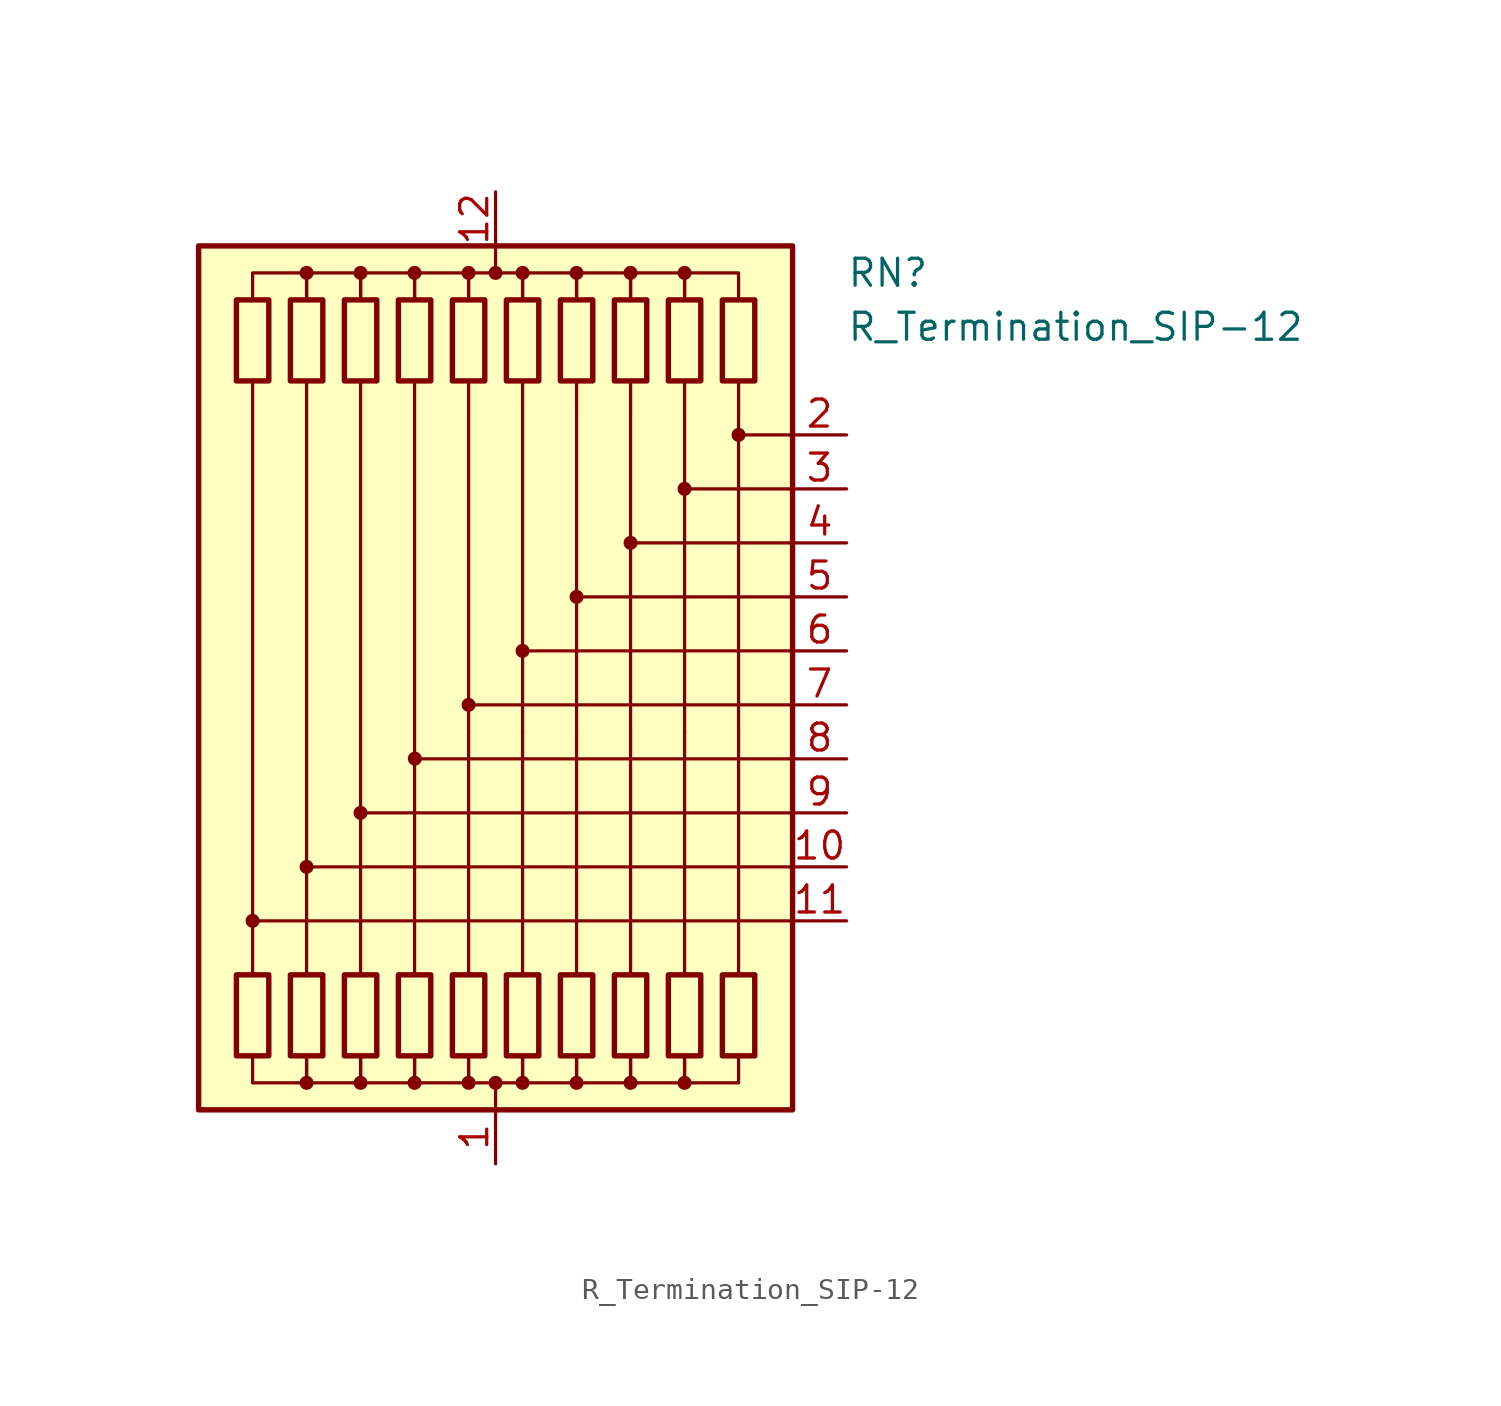
<source format=kicad_sym>
(kicad_symbol_lib
  (version 20211014)
  (generator kicad_symbol_editor)
  (symbol "R_Termination_SIP-12"
    (pin_names
      (offset 0.002) hide)
    (property "Reference" "RN"
      (at 16.51 19.05 0)
      (effects (font (size 1.27 1.27)) (justify left)))
    (property "Value" "R_Termination_SIP-12"
      (at 16.51 16.51 0)
      (effects (font (size 1.27 1.27)) (justify left)))
    (symbol "R_Termination_SIP-12_0_1"
      (rectangle (start -13.97 20.32) (end 13.97 -20.32) (stroke (width 0.254) (type default) (color 0 0 0 0)) (fill (type background)))
      (rectangle (start -12.192 17.78) (end -10.668 13.97) (stroke (width 0.254) (type default) (color 0 0 0 0)) (fill (type none)))
      (circle (center -11.43 -11.43) (radius 0.254) (stroke (width 0) (type default) (color 0 0 0 0)) (fill (type outline)))
      (rectangle (start -10.668 -17.78) (end -12.192 -13.97) (stroke (width 0.254) (type default) (color 0 0 0 0)) (fill (type none)))
      (rectangle (start -9.652 17.78) (end -8.128 13.97) (stroke (width 0.254) (type default) (color 0 0 0 0)) (fill (type none)))
      (circle (center -8.89 -19.05) (radius 0.254) (stroke (width 0) (type default) (color 0 0 0 0)) (fill (type outline)))
      (circle (center -8.89 -8.89) (radius 0.254) (stroke (width 0) (type default) (color 0 0 0 0)) (fill (type outline)))
      (circle (center -8.89 19.05) (radius 0.254) (stroke (width 0) (type default) (color 0 0 0 0)) (fill (type outline)))
      (rectangle (start -8.128 -17.78) (end -9.652 -13.97) (stroke (width 0.254) (type default) (color 0 0 0 0)) (fill (type none)))
      (rectangle (start -7.112 17.78) (end -5.588 13.97) (stroke (width 0.254) (type default) (color 0 0 0 0)) (fill (type none)))
      (circle (center -6.35 -19.05) (radius 0.254) (stroke (width 0) (type default) (color 0 0 0 0)) (fill (type outline)))
      (circle (center -6.35 -6.35) (radius 0.254) (stroke (width 0) (type default) (color 0 0 0 0)) (fill (type outline)))
      (circle (center -6.35 19.05) (radius 0.254) (stroke (width 0) (type default) (color 0 0 0 0)) (fill (type outline)))
      (rectangle (start -5.588 -17.78) (end -7.112 -13.97) (stroke (width 0.254) (type default) (color 0 0 0 0)) (fill (type none)))
      (rectangle (start -4.572 17.78) (end -3.048 13.97) (stroke (width 0.254) (type default) (color 0 0 0 0)) (fill (type none)))
      (circle (center -3.81 -19.05) (radius 0.254) (stroke (width 0) (type default) (color 0 0 0 0)) (fill (type outline)))
      (circle (center -3.81 19.05) (radius 0.254) (stroke (width 0) (type default) (color 0 0 0 0)) (fill (type outline)))
      (circle (center -3.798 -3.799) (radius 0.254) (stroke (width 0) (type default) (color 0 0 0 0)) (fill (type outline)))
      (rectangle (start -3.048 -17.78) (end -4.572 -13.97) (stroke (width 0.254) (type default) (color 0 0 0 0)) (fill (type none)))
      (rectangle (start -2.032 17.78) (end -0.508 13.97) (stroke (width 0.254) (type default) (color 0 0 0 0)) (fill (type none)))
      (circle (center -1.27 -19.05) (radius 0.254) (stroke (width 0) (type default) (color 0 0 0 0)) (fill (type outline)))
      (circle (center -1.27 -1.27) (radius 0.254) (stroke (width 0) (type default) (color 0 0 0 0)) (fill (type outline)))
      (circle (center -1.27 19.05) (radius 0.254) (stroke (width 0) (type default) (color 0 0 0 0)) (fill (type outline)))
      (rectangle (start -0.508 -17.78) (end -2.032 -13.97) (stroke (width 0.254) (type default) (color 0 0 0 0)) (fill (type none)))
      (circle (center 0 -19.05) (radius 0.254) (stroke (width 0) (type default) (color 0 0 0 0)) (fill (type outline)))
      (polyline (pts (xy -11.43 13.97) (xy -11.43 -13.97)) (stroke (width 0) (type default) (color 0 0 0 0)) (fill (type none)))
      (polyline (pts (xy -8.89 13.97) (xy -8.89 -13.97)) (stroke (width 0) (type default) (color 0 0 0 0)) (fill (type none)))
      (polyline (pts (xy -6.35 13.97) (xy -6.35 -13.97)) (stroke (width 0) (type default) (color 0 0 0 0)) (fill (type none)))
      (polyline (pts (xy -3.81 13.97) (xy -3.81 -13.97)) (stroke (width 0) (type default) (color 0 0 0 0)) (fill (type none)))
      (polyline (pts (xy -1.27 -13.97) (xy -1.27 -2.54)) (stroke (width 0) (type default) (color 0 0 0 0)) (fill (type none)))
      (polyline (pts (xy -1.27 12.7) (xy -1.27 -2.54)) (stroke (width 0.152) (type default) (color 0 0 0 0)) (fill (type none)))
      (polyline (pts (xy -1.27 13.97) (xy -1.27 12.7)) (stroke (width 0) (type default) (color 0 0 0 0)) (fill (type none)))
      (polyline (pts (xy 0 -20.32) (xy 0 -19.05)) (stroke (width 0) (type default) (color 0 0 0 0)) (fill (type none)))
      (polyline (pts (xy 0 20.32) (xy 0 19.05)) (stroke (width 0) (type default) (color 0 0 0 0)) (fill (type none)))
      (polyline (pts (xy 1.27 -13.97) (xy 1.27 -2.54)) (stroke (width 0) (type default) (color 0 0 0 0)) (fill (type none)))
      (polyline (pts (xy 1.27 12.7) (xy 1.27 -2.54)) (stroke (width 0.152) (type default) (color 0 0 0 0)) (fill (type none)))
      (polyline (pts (xy 1.27 13.97) (xy 1.27 12.7)) (stroke (width 0) (type default) (color 0 0 0 0)) (fill (type none)))
      (polyline (pts (xy 3.81 -13.97) (xy 3.81 -2.54)) (stroke (width 0) (type default) (color 0 0 0 0)) (fill (type none)))
      (polyline (pts (xy 3.81 12.7) (xy 3.81 -2.54)) (stroke (width 0.152) (type default) (color 0 0 0 0)) (fill (type none)))
      (polyline (pts (xy 3.81 13.97) (xy 3.81 12.7)) (stroke (width 0) (type default) (color 0 0 0 0)) (fill (type none)))
      (polyline (pts (xy 6.35 -13.97) (xy 6.35 -2.54)) (stroke (width 0) (type default) (color 0 0 0 0)) (fill (type none)))
      (polyline (pts (xy 6.35 12.7) (xy 6.35 -2.54)) (stroke (width 0.152) (type default) (color 0 0 0 0)) (fill (type none)))
      (polyline (pts (xy 6.35 13.97) (xy 6.35 12.7)) (stroke (width 0) (type default) (color 0 0 0 0)) (fill (type none)))
      (polyline (pts (xy 8.89 -13.97) (xy 8.89 -2.54)) (stroke (width 0) (type default) (color 0 0 0 0)) (fill (type none)))
      (polyline (pts (xy 8.89 12.7) (xy 8.89 -2.54)) (stroke (width 0.152) (type default) (color 0 0 0 0)) (fill (type none)))
      (polyline (pts (xy 8.89 13.97) (xy 8.89 12.7)) (stroke (width 0) (type default) (color 0 0 0 0)) (fill (type none)))
      (polyline (pts (xy 11.43 -13.97) (xy 11.43 -2.54)) (stroke (width 0) (type default) (color 0 0 0 0)) (fill (type none)))
      (polyline (pts (xy 11.43 12.7) (xy 11.43 -2.54)) (stroke (width 0.152) (type default) (color 0 0 0 0)) (fill (type none)))
      (polyline (pts (xy 11.43 13.97) (xy 11.43 12.7)) (stroke (width 0) (type default) (color 0 0 0 0)) (fill (type none)))
      (polyline (pts (xy 13.97 -11.43) (xy -11.43 -11.43)) (stroke (width 0.152) (type default) (color 0 0 0 0)) (fill (type none)))
      (polyline (pts (xy 13.97 -8.89) (xy -8.89 -8.89)) (stroke (width 0.152) (type default) (color 0 0 0 0)) (fill (type none)))
      (polyline (pts (xy 13.97 -6.35) (xy -6.35 -6.35)) (stroke (width 0.152) (type default) (color 0 0 0 0)) (fill (type none)))
      (polyline (pts (xy 13.97 -3.81) (xy -3.81 -3.81)) (stroke (width 0.152) (type default) (color 0 0 0 0)) (fill (type none)))
      (polyline (pts (xy 13.97 -1.27) (xy -1.27 -1.27)) (stroke (width 0.152) (type default) (color 0 0 0 0)) (fill (type none)))
      (polyline (pts (xy 13.97 1.27) (xy 1.27 1.27)) (stroke (width 0.152) (type default) (color 0 0 0 0)) (fill (type none)))
      (polyline (pts (xy 13.97 3.81) (xy 3.81 3.81)) (stroke (width 0.152) (type default) (color 0 0 0 0)) (fill (type none)))
      (polyline (pts (xy 13.97 6.35) (xy 6.35 6.35)) (stroke (width 0.152) (type default) (color 0 0 0 0)) (fill (type none)))
      (polyline (pts (xy 13.97 8.89) (xy 8.89 8.89)) (stroke (width 0.152) (type default) (color 0 0 0 0)) (fill (type none)))
      (polyline (pts (xy 13.97 11.43) (xy 11.43 11.43)) (stroke (width 0.152) (type default) (color 0 0 0 0)) (fill (type none)))
      (polyline (pts (xy -11.43 17.78) (xy -11.43 19.05) (xy -8.89 19.05) (xy -8.89 17.78)) (stroke (width 0) (type default) (color 0 0 0 0)) (fill (type none)))
      (polyline (pts (xy -8.89 -17.78) (xy -8.89 -19.05) (xy -11.43 -19.05) (xy -11.43 -17.78)) (stroke (width 0) (type default) (color 0 0 0 0)) (fill (type none)))
      (polyline (pts (xy -8.89 17.78) (xy -8.89 19.05) (xy -6.35 19.05) (xy -6.35 17.78)) (stroke (width 0) (type default) (color 0 0 0 0)) (fill (type none)))
      (polyline (pts (xy -6.35 -17.78) (xy -6.35 -19.05) (xy -8.89 -19.05) (xy -8.89 -17.78)) (stroke (width 0) (type default) (color 0 0 0 0)) (fill (type none)))
      (polyline (pts (xy -6.35 17.78) (xy -6.35 19.05) (xy -3.81 19.05) (xy -3.81 17.78)) (stroke (width 0) (type default) (color 0 0 0 0)) (fill (type none)))
      (polyline (pts (xy -3.81 -17.78) (xy -3.81 -19.05) (xy -6.35 -19.05) (xy -6.35 -17.78)) (stroke (width 0) (type default) (color 0 0 0 0)) (fill (type none)))
      (polyline (pts (xy -3.81 17.78) (xy -3.81 19.05) (xy -1.27 19.05) (xy -1.27 17.78)) (stroke (width 0) (type default) (color 0 0 0 0)) (fill (type none)))
      (polyline (pts (xy -1.27 -17.78) (xy -1.27 -19.05) (xy -3.81 -19.05) (xy -3.81 -17.78)) (stroke (width 0) (type default) (color 0 0 0 0)) (fill (type none)))
      (polyline (pts (xy -1.27 17.78) (xy -1.27 19.05) (xy 1.27 19.05) (xy 1.27 17.78)) (stroke (width 0) (type default) (color 0 0 0 0)) (fill (type none)))
      (polyline (pts (xy 1.27 -17.78) (xy 1.27 -19.05) (xy -1.27 -19.05) (xy -1.27 -17.78)) (stroke (width 0) (type default) (color 0 0 0 0)) (fill (type none)))
      (polyline (pts (xy 1.27 17.78) (xy 1.27 19.05) (xy 3.81 19.05) (xy 3.81 17.78)) (stroke (width 0) (type default) (color 0 0 0 0)) (fill (type none)))
      (polyline (pts (xy 3.81 -17.78) (xy 3.81 -19.05) (xy 1.27 -19.05) (xy 1.27 -17.78)) (stroke (width 0) (type default) (color 0 0 0 0)) (fill (type none)))
      (polyline (pts (xy 3.81 17.78) (xy 3.81 19.05) (xy 6.35 19.05) (xy 6.35 17.78)) (stroke (width 0) (type default) (color 0 0 0 0)) (fill (type none)))
      (polyline (pts (xy 6.35 -17.78) (xy 6.35 -19.05) (xy 3.81 -19.05) (xy 3.81 -17.78)) (stroke (width 0) (type default) (color 0 0 0 0)) (fill (type none)))
      (polyline (pts (xy 6.35 17.78) (xy 6.35 19.05) (xy 8.89 19.05) (xy 8.89 17.78)) (stroke (width 0) (type default) (color 0 0 0 0)) (fill (type none)))
      (polyline (pts (xy 8.89 -17.78) (xy 8.89 -19.05) (xy 6.35 -19.05) (xy 6.35 -17.78)) (stroke (width 0) (type default) (color 0 0 0 0)) (fill (type none)))
      (polyline (pts (xy 8.89 17.78) (xy 8.89 19.05) (xy 11.43 19.05) (xy 11.43 17.78)) (stroke (width 0) (type default) (color 0 0 0 0)) (fill (type none)))
      (polyline (pts (xy 11.43 -17.78) (xy 11.43 -19.05) (xy 8.89 -19.05) (xy 8.89 -17.78)) (stroke (width 0) (type default) (color 0 0 0 0)) (fill (type none)))
      (circle (center 0 19.05) (radius 0.254) (stroke (width 0) (type default) (color 0 0 0 0)) (fill (type outline)))
      (rectangle (start 0.508 17.78) (end 2.032 13.97) (stroke (width 0.254) (type default) (color 0 0 0 0)) (fill (type none)))
      (circle (center 1.27 -19.05) (radius 0.254) (stroke (width 0) (type default) (color 0 0 0 0)) (fill (type outline)))
      (circle (center 1.27 1.27) (radius 0.254) (stroke (width 0) (type default) (color 0 0 0 0)) (fill (type outline)))
      (circle (center 1.27 19.05) (radius 0.254) (stroke (width 0) (type default) (color 0 0 0 0)) (fill (type outline)))
      (rectangle (start 2.032 -17.78) (end 0.508 -13.97) (stroke (width 0.254) (type default) (color 0 0 0 0)) (fill (type none)))
      (rectangle (start 3.048 17.78) (end 4.572 13.97) (stroke (width 0.254) (type default) (color 0 0 0 0)) (fill (type none)))
      (circle (center 3.81 -19.05) (radius 0.254) (stroke (width 0) (type default) (color 0 0 0 0)) (fill (type outline)))
      (circle (center 3.81 3.81) (radius 0.254) (stroke (width 0) (type default) (color 0 0 0 0)) (fill (type outline)))
      (circle (center 3.81 19.05) (radius 0.254) (stroke (width 0) (type default) (color 0 0 0 0)) (fill (type outline)))
      (rectangle (start 4.572 -17.78) (end 3.048 -13.97) (stroke (width 0.254) (type default) (color 0 0 0 0)) (fill (type none)))
      (rectangle (start 5.588 17.78) (end 7.112 13.97) (stroke (width 0.254) (type default) (color 0 0 0 0)) (fill (type none)))
      (circle (center 6.35 -19.05) (radius 0.254) (stroke (width 0) (type default) (color 0 0 0 0)) (fill (type outline)))
      (circle (center 6.35 6.35) (radius 0.254) (stroke (width 0) (type default) (color 0 0 0 0)) (fill (type outline)))
      (circle (center 6.35 19.05) (radius 0.254) (stroke (width 0) (type default) (color 0 0 0 0)) (fill (type outline)))
      (rectangle (start 7.112 -17.78) (end 5.588 -13.97) (stroke (width 0.254) (type default) (color 0 0 0 0)) (fill (type none)))
      (rectangle (start 8.128 17.78) (end 9.652 13.97) (stroke (width 0.254) (type default) (color 0 0 0 0)) (fill (type none)))
      (circle (center 8.89 -19.05) (radius 0.254) (stroke (width 0) (type default) (color 0 0 0 0)) (fill (type outline)))
      (circle (center 8.89 8.89) (radius 0.254) (stroke (width 0) (type default) (color 0 0 0 0)) (fill (type outline)))
      (circle (center 8.89 19.05) (radius 0.254) (stroke (width 0) (type default) (color 0 0 0 0)) (fill (type outline)))
      (rectangle (start 9.652 -17.78) (end 8.128 -13.97) (stroke (width 0.254) (type default) (color 0 0 0 0)) (fill (type none)))
      (rectangle (start 10.668 17.78) (end 12.192 13.97) (stroke (width 0.254) (type default) (color 0 0 0 0)) (fill (type none)))
      (circle (center 11.43 11.43) (radius 0.254) (stroke (width 0) (type default) (color 0 0 0 0)) (fill (type outline)))
      (rectangle (start 12.192 -17.78) (end 10.668 -13.97) (stroke (width 0.254) (type default) (color 0 0 0 0)) (fill (type none))))
    (symbol "R_Termination_SIP-12_1_1"
      (pin passive line (at 0 -22.86 90) (length 2.54) (name "common" (effects (font (size 1.27 1.27)))) (number "1" (effects (font (size 1.27 1.27)))))
      (pin passive line (at 16.51 -8.89 180) (length 2.54) (name "R10" (effects (font (size 1.27 1.27)))) (number "10" (effects (font (size 1.27 1.27)))))
      (pin passive line (at 16.51 -11.43 180) (length 2.54) (name "R11" (effects (font (size 1.27 1.27)))) (number "11" (effects (font (size 1.27 1.27)))))
      (pin passive line (at 0 22.86 270) (length 2.54) (name "common" (effects (font (size 1.27 1.27)))) (number "12" (effects (font (size 1.27 1.27)))))
      (pin passive line (at 16.51 11.43 180) (length 2.54) (name "R2" (effects (font (size 1.27 1.27)))) (number "2" (effects (font (size 1.27 1.27)))))
      (pin passive line (at 16.51 8.89 180) (length 2.54) (name "R3" (effects (font (size 1.27 1.27)))) (number "3" (effects (font (size 1.27 1.27)))))
      (pin passive line (at 16.51 6.35 180) (length 2.54) (name "R4" (effects (font (size 1.27 1.27)))) (number "4" (effects (font (size 1.27 1.27)))))
      (pin passive line (at 16.51 3.81 180) (length 2.54) (name "R5" (effects (font (size 1.27 1.27)))) (number "5" (effects (font (size 1.27 1.27)))))
      (pin passive line (at 16.51 1.27 180) (length 2.54) (name "R6" (effects (font (size 1.27 1.27)))) (number "6" (effects (font (size 1.27 1.27)))))
      (pin passive line (at 16.51 -1.27 180) (length 2.54) (name "R7" (effects (font (size 1.27 1.27)))) (number "7" (effects (font (size 1.27 1.27)))))
      (pin passive line (at 16.51 -3.81 180) (length 2.54) (name "R8" (effects (font (size 1.27 1.27)))) (number "8" (effects (font (size 1.27 1.27)))))
      (pin passive line (at 16.51 -6.35 180) (length 2.54) (name "R9" (effects (font (size 1.27 1.27)))) (number "9" (effects (font (size 1.27 1.27))))))))
</source>
